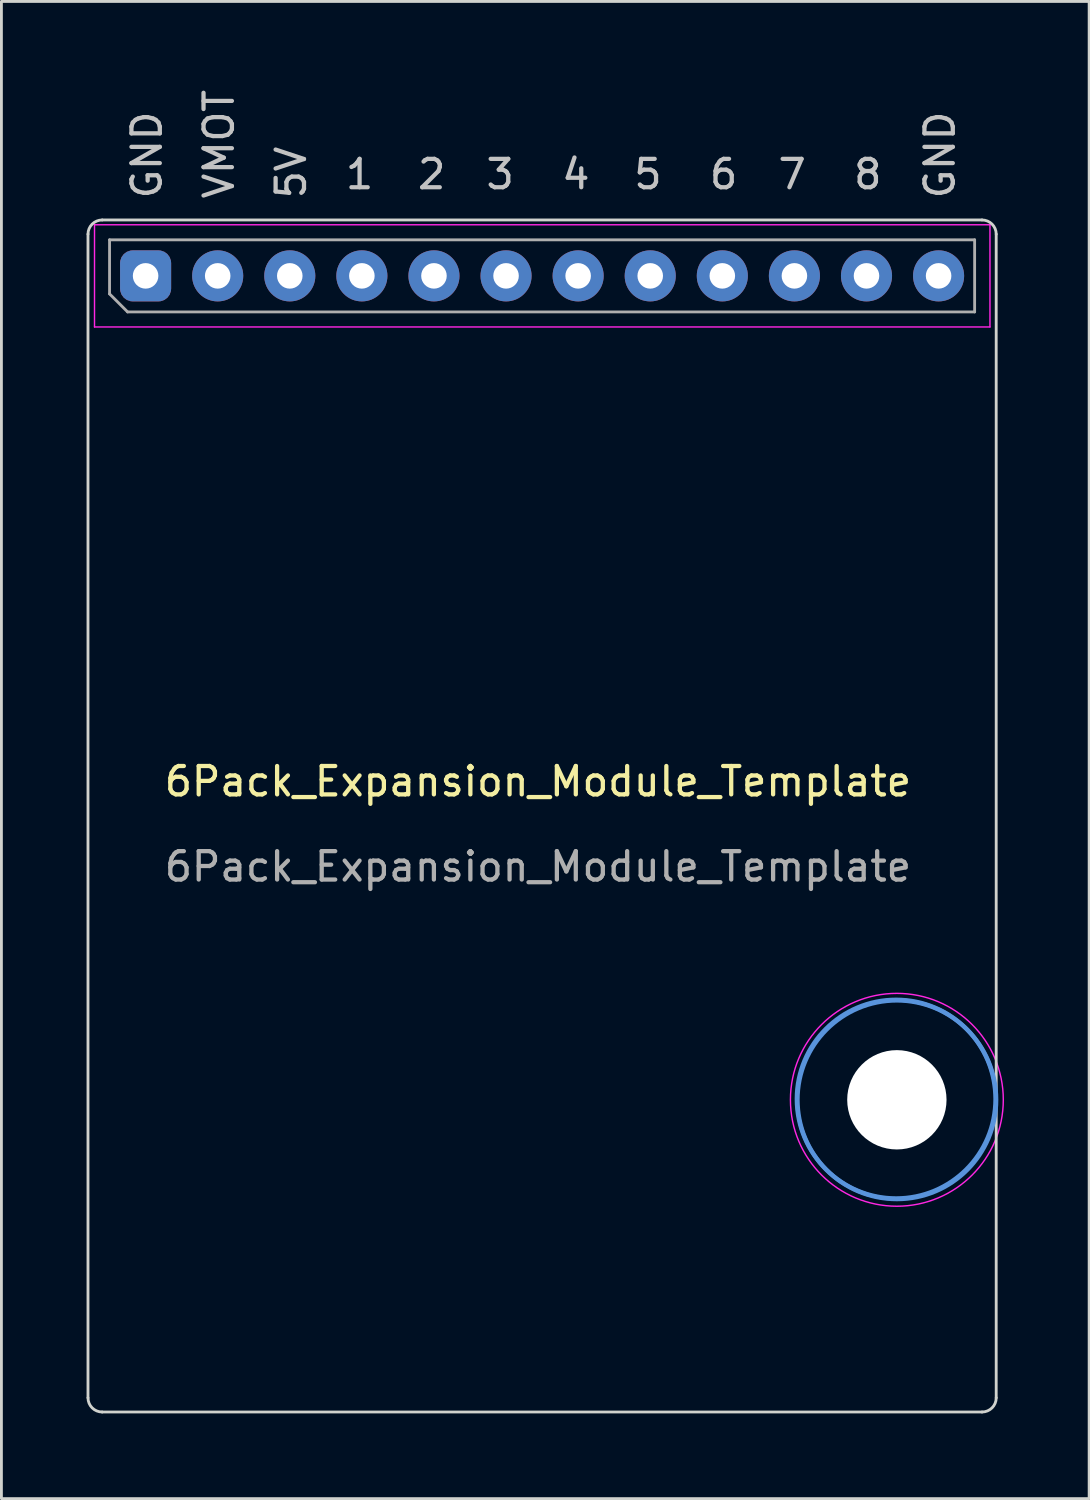
<source format=kicad_pcb>
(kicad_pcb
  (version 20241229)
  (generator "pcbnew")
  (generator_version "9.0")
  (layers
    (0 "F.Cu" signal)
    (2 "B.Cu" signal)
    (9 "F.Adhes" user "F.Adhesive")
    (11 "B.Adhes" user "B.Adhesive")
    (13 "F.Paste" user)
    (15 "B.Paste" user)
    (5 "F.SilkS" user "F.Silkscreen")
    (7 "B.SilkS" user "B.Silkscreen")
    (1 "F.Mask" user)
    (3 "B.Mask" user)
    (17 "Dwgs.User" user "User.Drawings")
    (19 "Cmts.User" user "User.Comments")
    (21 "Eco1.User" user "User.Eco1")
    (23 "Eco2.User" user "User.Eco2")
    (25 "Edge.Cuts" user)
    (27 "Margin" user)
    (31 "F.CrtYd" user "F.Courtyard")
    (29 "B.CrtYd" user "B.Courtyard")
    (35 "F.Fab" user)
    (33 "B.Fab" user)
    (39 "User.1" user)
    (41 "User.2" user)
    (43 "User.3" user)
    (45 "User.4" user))
  (footprint "6Pack_Expansion_Module_Template"
    (layer "F.Cu")
    (at 15.904 24.984)
    (property "Reference" "6Pack_Expansion_Module_Template" (at 0 -0.5 0) (unlocked yes) (layer "F.SilkS") (effects (font (size 1 1) (thickness 0.15))))
    (attr through_hole)
    (fp_circle (center 12.646 10.716) (end 14.396 10.716) (stroke (width 0) (type solid)) (fill yes) (layer "F.Mask"))
    (fp_circle (center 12.646 10.716) (end 14.396 10.716) (stroke (width 0) (type solid)) (fill yes) (layer "B.Mask"))
    (fp_circle (center 12.62 10.69) (end 16.12 10.69) (stroke (width 0.15) (type solid)) (fill no) (layer "Cmts.User"))
    (fp_circle (center 12.646 10.716) (end 16.146 10.716) (stroke (width 0.15) (type solid)) (fill no) (layer "Cmts.User"))
    (fp_line (start -15.854 21.216) (end -15.854 -19.784) (stroke (width 0.1) (type solid)) (layer "Edge.Cuts"))
    (fp_line (start -15.354 -20.284) (end 15.646 -20.284) (stroke (width 0.1) (type solid)) (layer "Edge.Cuts"))
    (fp_line (start 15.646 21.716) (end -15.354 21.716) (stroke (width 0.1) (type solid)) (layer "Edge.Cuts"))
    (fp_line (start 16.146 -19.784) (end 16.146 21.216) (stroke (width 0.1) (type solid)) (layer "Edge.Cuts"))
    (fp_arc (start -15.853553 -19.783553) (mid -15.707106 -20.137106) (end -15.353553 -20.283553) (stroke (width 0.1) (type solid)) (layer "Edge.Cuts"))
    (fp_arc (start -15.353553 21.716447) (mid -15.707106 21.57) (end -15.853553 21.216447) (stroke (width 0.1) (type solid)) (layer "Edge.Cuts"))
    (fp_arc (start 15.646447 -20.283553) (mid 16 -20.137106) (end 16.146447 -19.783553) (stroke (width 0.1) (type solid)) (layer "Edge.Cuts"))
    (fp_arc (start 16.146447 21.216447) (mid 16 21.57) (end 15.646447 21.716447) (stroke (width 0.1) (type solid)) (layer "Edge.Cuts"))
    (fp_line (start -15.624 -20.114) (end -15.624 -16.514) (stroke (width 0.05) (type solid)) (layer "F.CrtYd"))
    (fp_line (start -15.624 -16.514) (end 15.926 -16.514) (stroke (width 0.05) (type solid)) (layer "F.CrtYd"))
    (fp_line (start 15.926 -20.114) (end -15.624 -20.114) (stroke (width 0.05) (type solid)) (layer "F.CrtYd"))
    (fp_line (start 15.926 -16.514) (end 15.926 -20.114) (stroke (width 0.05) (type solid)) (layer "F.CrtYd"))
    (fp_circle (center 12.646 10.716) (end 16.396 10.716) (stroke (width 0.05) (type solid)) (fill no) (layer "F.CrtYd"))
    (fp_line (start -15.094 -19.584) (end 15.386 -19.584) (stroke (width 0.1) (type solid)) (layer "F.Fab"))
    (fp_line (start -15.094 -17.679) (end -15.094 -19.584) (stroke (width 0.1) (type solid)) (layer "F.Fab"))
    (fp_line (start -14.459 -17.044) (end -15.094 -17.679) (stroke (width 0.1) (type solid)) (layer "F.Fab"))
    (fp_line (start 15.386 -19.584) (end 15.386 -17.044) (stroke (width 0.1) (type solid)) (layer "F.Fab"))
    (fp_line (start 15.386 -17.044) (end -14.459 -17.044) (stroke (width 0.1) (type solid)) (layer "F.Fab"))
    (fp_text user "GND" (at 14.162 -22.574 90) (layer "Dwgs.User") (effects (font (size 1 1) (thickness 0.15))))
    (fp_text user "7" (at 8.955 -21.892 0) (layer "Dwgs.User") (effects (font (size 1 1) (thickness 0.15))))
    (fp_text user "5V" (at -8.698 -21.955 90) (layer "Dwgs.User") (effects (font (size 1 1) (thickness 0.15))))
    (fp_text user "6" (at 6.542 -21.892 0) (layer "Dwgs.User") (effects (font (size 1 1) (thickness 0.15))))
    (fp_text user "3" (at -1.332 -21.892 0) (layer "Dwgs.User") (effects (font (size 1 1) (thickness 0.15))))
    (fp_text user "1" (at -6.285 -21.892 0) (layer "Dwgs.User") (effects (font (size 1 1) (thickness 0.15))))
    (fp_text user "4" (at 1.335 -21.892 0) (layer "Dwgs.User") (effects (font (size 1 1) (thickness 0.15))))
    (fp_text user "8" (at 11.622 -21.892 0) (layer "Dwgs.User") (effects (font (size 1 1) (thickness 0.15))))
    (fp_text user "5" (at 3.875 -21.892 0) (layer "Dwgs.User") (effects (font (size 1 1) (thickness 0.15))))
    (fp_text user "GND" (at -13.778 -22.574 90) (layer "Dwgs.User") (effects (font (size 1 1) (thickness 0.15))))
    (fp_text user "VMOT" (at -11.238 -22.955 90) (layer "Dwgs.User") (effects (font (size 1 1) (thickness 0.15))))
    (fp_text user "2" (at -3.745 -21.892 0) (layer "Dwgs.User") (effects (font (size 1 1) (thickness 0.15))))
    (fp_text user "${REFERENCE}" (at 0 2.5 0) (unlocked yes) (layer "F.Fab") (effects (font (size 1 1) (thickness 0.15))))
    (pad "" np_thru_hole circle (at 12.646 10.716) (size 3.5 3.5) (drill 3.5) (layers "*.Cu" "*.Mask"))
    (pad "1" thru_hole roundrect (at -13.824 -18.314 90) (size 1.8 1.8) (drill 0.9) (layers "*.Cu" "*.Mask") (roundrect_rratio 0.25))
    (pad "2" thru_hole circle (at -11.284 -18.314 90) (size 1.8 1.8) (drill 0.9) (layers "*.Cu" "*.Mask"))
    (pad "3" thru_hole circle (at -8.744 -18.314 90) (size 1.8 1.8) (drill 0.9) (layers "*.Cu" "*.Mask"))
    (pad "4" thru_hole circle (at -6.204 -18.314 90) (size 1.8 1.8) (drill 0.9) (layers "*.Cu" "*.Mask"))
    (pad "5" thru_hole circle (at -3.664 -18.314 90) (size 1.8 1.8) (drill 0.9) (layers "*.Cu" "*.Mask"))
    (pad "6" thru_hole circle (at -1.124 -18.314 90) (size 1.8 1.8) (drill 0.9) (layers "*.Cu" "*.Mask"))
    (pad "7" thru_hole circle (at 1.416 -18.314 90) (size 1.8 1.8) (drill 0.9) (layers "*.Cu" "*.Mask"))
    (pad "8" thru_hole circle (at 3.956 -18.314 90) (size 1.8 1.8) (drill 0.9) (layers "*.Cu" "*.Mask"))
    (pad "9" thru_hole circle (at 6.496 -18.314 90) (size 1.8 1.8) (drill 0.9) (layers "*.Cu" "*.Mask"))
    (pad "10" thru_hole circle (at 9.036 -18.314 90) (size 1.8 1.8) (drill 0.9) (layers "*.Cu" "*.Mask"))
    (pad "11" thru_hole circle (at 11.576 -18.314 90) (size 1.8 1.8) (drill 0.9) (layers "*.Cu" "*.Mask"))
    (pad "12" thru_hole circle (at 14.116 -18.314 90) (size 1.8 1.8) (drill 0.9) (layers "*.Cu" "*.Mask")))
  (gr_rect
    (start -3 -3)
    (end 35.325 49.751)
    (stroke (width 0.1) (type default))
    (fill no)
    (layer "Edge.Cuts")))
</source>
